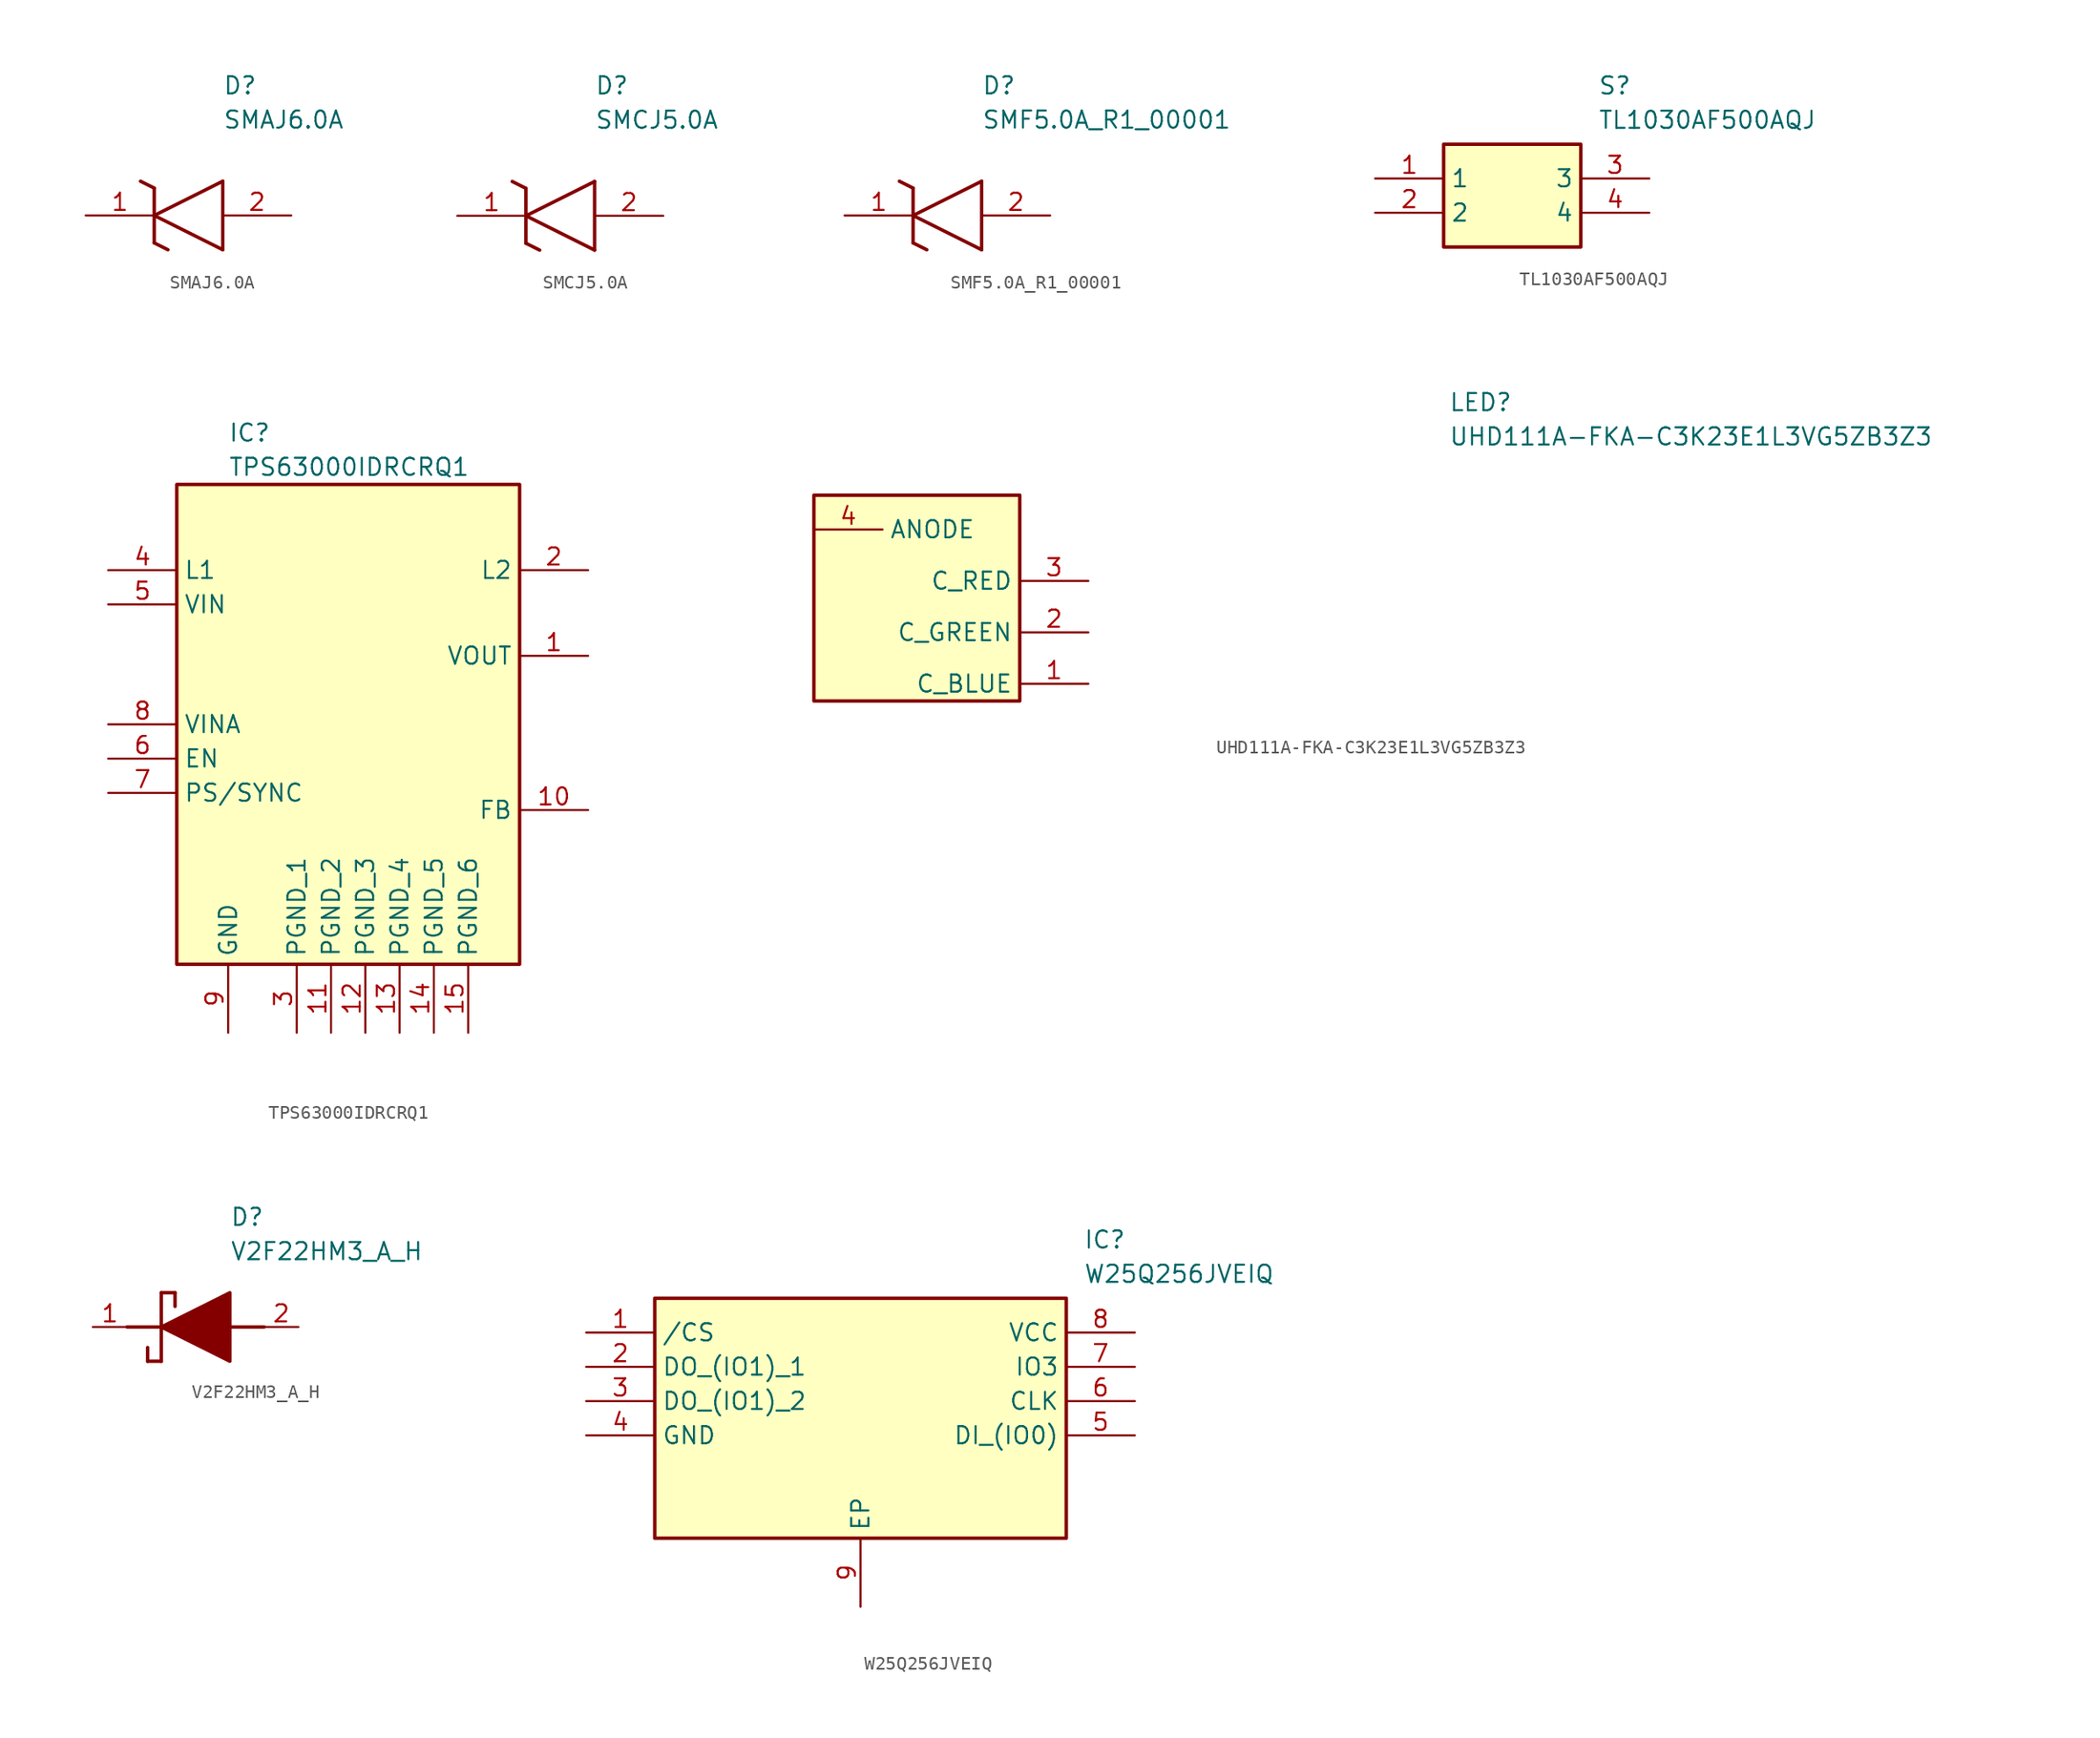
<source format=kicad_sym>
(kicad_symbol_lib
  (version 20241209)
  (generator "kicad_symbol_editor")
  (generator_version "9.0")
  (symbol "SMAJ6.0A"
    (pin_names
      (hide yes))
    (property "Reference" "D"
      (at 10.16 8.89 0)
      (effects (font (size 1.27 1.27)) (justify left bottom)))
    (property "Value" "SMAJ6.0A"
      (at 10.16 6.35 0)
      (effects (font (size 1.27 1.27)) (justify left bottom)))
    (symbol "SMAJ6.0A_1_1"
      (polyline (pts (xy 4.064 2.54) (xy 5.08 2.032)) (stroke (width 0.254) (type default)) (fill (type none)))
      (polyline (pts (xy 5.08 0) (xy 10.16 2.54)) (stroke (width 0.254) (type default)) (fill (type none)))
      (polyline (pts (xy 5.08 -2.032) (xy 5.08 2.032)) (stroke (width 0.254) (type default)) (fill (type none)))
      (polyline (pts (xy 5.08 -2.032) (xy 6.096 -2.54)) (stroke (width 0.254) (type default)) (fill (type none)))
      (polyline (pts (xy 10.16 -2.54) (xy 5.08 0)) (stroke (width 0.254) (type default)) (fill (type none)))
      (polyline (pts (xy 10.16 -2.54) (xy 10.16 2.54)) (stroke (width 0.254) (type default)) (fill (type none)))
      (pin passive line (at 0 0 0) (length 5.08) (name "K" (effects (font (size 1.27 1.27)))) (number "1" (effects (font (size 1.27 1.27)))))
      (pin passive line (at 15.24 0 180) (length 5.08) (name "A" (effects (font (size 1.27 1.27)))) (number "2" (effects (font (size 1.27 1.27)))))))
  (symbol "SMCJ5.0A"
    (pin_names
      (hide yes))
    (property "Reference" "D"
      (at 10.16 8.89 0)
      (effects (font (size 1.27 1.27)) (justify left bottom)))
    (property "Value" "SMCJ5.0A"
      (at 10.16 6.35 0)
      (effects (font (size 1.27 1.27)) (justify left bottom)))
    (symbol "SMCJ5.0A_1_1"
      (polyline (pts (xy 4.064 2.54) (xy 5.08 2.032)) (stroke (width 0.254) (type default)) (fill (type none)))
      (polyline (pts (xy 5.08 0) (xy 10.16 2.54)) (stroke (width 0.254) (type default)) (fill (type none)))
      (polyline (pts (xy 5.08 -2.032) (xy 5.08 2.032)) (stroke (width 0.254) (type default)) (fill (type none)))
      (polyline (pts (xy 5.08 -2.032) (xy 6.096 -2.54)) (stroke (width 0.254) (type default)) (fill (type none)))
      (polyline (pts (xy 10.16 -2.54) (xy 5.08 0)) (stroke (width 0.254) (type default)) (fill (type none)))
      (polyline (pts (xy 10.16 -2.54) (xy 10.16 2.54)) (stroke (width 0.254) (type default)) (fill (type none)))
      (pin passive line (at 0 0 0) (length 5.08) (name "K" (effects (font (size 1.27 1.27)))) (number "1" (effects (font (size 1.27 1.27)))))
      (pin passive line (at 15.24 0 180) (length 5.08) (name "A" (effects (font (size 1.27 1.27)))) (number "2" (effects (font (size 1.27 1.27)))))))
  (symbol "SMF5.0A_R1_00001"
    (pin_names
      (hide yes))
    (property "Reference" "D"
      (at 10.16 8.89 0)
      (effects (font (size 1.27 1.27)) (justify left bottom)))
    (property "Value" "SMF5.0A_R1_00001"
      (at 10.16 6.35 0)
      (effects (font (size 1.27 1.27)) (justify left bottom)))
    (symbol "SMF5.0A_R1_00001_1_1"
      (polyline (pts (xy 4.064 2.54) (xy 5.08 2.032)) (stroke (width 0.254) (type default)) (fill (type none)))
      (polyline (pts (xy 5.08 0) (xy 10.16 2.54)) (stroke (width 0.254) (type default)) (fill (type none)))
      (polyline (pts (xy 5.08 -2.032) (xy 5.08 2.032)) (stroke (width 0.254) (type default)) (fill (type none)))
      (polyline (pts (xy 5.08 -2.032) (xy 6.096 -2.54)) (stroke (width 0.254) (type default)) (fill (type none)))
      (polyline (pts (xy 10.16 -2.54) (xy 5.08 0)) (stroke (width 0.254) (type default)) (fill (type none)))
      (polyline (pts (xy 10.16 -2.54) (xy 10.16 2.54)) (stroke (width 0.254) (type default)) (fill (type none)))
      (pin passive line (at 0 0 0) (length 5.08) (name "K" (effects (font (size 1.27 1.27)))) (number "1" (effects (font (size 1.27 1.27)))))
      (pin passive line (at 15.24 0 180) (length 5.08) (name "A" (effects (font (size 1.27 1.27)))) (number "2" (effects (font (size 1.27 1.27)))))))
  (symbol "TL1030AF500AQJ"
    (property "Reference" "S"
      (at 16.51 7.62 0)
      (effects (font (size 1.27 1.27)) (justify left top)))
    (property "Value" "TL1030AF500AQJ"
      (at 16.51 5.08 0)
      (effects (font (size 1.27 1.27)) (justify left top)))
    (symbol "TL1030AF500AQJ_1_1"
      (rectangle (start 5.08 2.54) (end 15.24 -5.08) (stroke (width 0.254) (type default)) (fill (type background)))
      (pin passive line (at 0 0 0) (length 5.08) (name "1" (effects (font (size 1.27 1.27)))) (number "1" (effects (font (size 1.27 1.27)))))
      (pin passive line (at 0 -2.54 0) (length 5.08) (name "2" (effects (font (size 1.27 1.27)))) (number "2" (effects (font (size 1.27 1.27)))))
      (pin passive line (at 20.32 0 180) (length 5.08) (name "3" (effects (font (size 1.27 1.27)))) (number "3" (effects (font (size 1.27 1.27)))))
      (pin passive line (at 20.32 -2.54 180) (length 5.08) (name "4" (effects (font (size 1.27 1.27)))) (number "4" (effects (font (size 1.27 1.27)))))))
  (symbol "TPS63000IDRCRQ1"
    (property "Reference" "IC"
      (at 8.89 17.272 0)
      (effects (font (size 1.27 1.27)) (justify left top)))
    (property "Value" "TPS63000IDRCRQ1"
      (at 8.89 14.732 0)
      (effects (font (size 1.27 1.27)) (justify left top)))
    (symbol "TPS63000IDRCRQ1_1_1"
      (rectangle (start 5.08 12.7) (end 30.48 -22.86) (stroke (width 0.254) (type default)) (fill (type background)))
      (pin passive line (at 0 6.35 0) (length 5.08) (name "L1" (effects (font (size 1.27 1.27)))) (number "4" (effects (font (size 1.27 1.27)))))
      (pin passive line (at 0 3.81 0) (length 5.08) (name "VIN" (effects (font (size 1.27 1.27)))) (number "5" (effects (font (size 1.27 1.27)))))
      (pin passive line (at 0 -5.08 0) (length 5.08) (name "VINA" (effects (font (size 1.27 1.27)))) (number "8" (effects (font (size 1.27 1.27)))))
      (pin passive line (at 0 -7.62 0) (length 5.08) (name "EN" (effects (font (size 1.27 1.27)))) (number "6" (effects (font (size 1.27 1.27)))))
      (pin passive line (at 0 -10.16 0) (length 5.08) (name "PS/SYNC" (effects (font (size 1.27 1.27)))) (number "7" (effects (font (size 1.27 1.27)))))
      (pin passive line (at 8.89 -27.94 90) (length 5.08) (name "GND" (effects (font (size 1.27 1.27)))) (number "9" (effects (font (size 1.27 1.27)))))
      (pin passive line (at 13.97 -27.94 90) (length 5.08) (name "PGND_1" (effects (font (size 1.27 1.27)))) (number "3" (effects (font (size 1.27 1.27)))))
      (pin passive line (at 16.51 -27.94 90) (length 5.08) (name "PGND_2" (effects (font (size 1.27 1.27)))) (number "11" (effects (font (size 1.27 1.27)))))
      (pin passive line (at 19.05 -27.94 90) (length 5.08) (name "PGND_3" (effects (font (size 1.27 1.27)))) (number "12" (effects (font (size 1.27 1.27)))))
      (pin passive line (at 21.59 -27.94 90) (length 5.08) (name "PGND_4" (effects (font (size 1.27 1.27)))) (number "13" (effects (font (size 1.27 1.27)))))
      (pin passive line (at 24.13 -27.94 90) (length 5.08) (name "PGND_5" (effects (font (size 1.27 1.27)))) (number "14" (effects (font (size 1.27 1.27)))))
      (pin passive line (at 26.67 -27.94 90) (length 5.08) (name "PGND_6" (effects (font (size 1.27 1.27)))) (number "15" (effects (font (size 1.27 1.27)))))
      (pin passive line (at 35.56 6.35 180) (length 5.08) (name "L2" (effects (font (size 1.27 1.27)))) (number "2" (effects (font (size 1.27 1.27)))))
      (pin passive line (at 35.56 0 180) (length 5.08) (name "VOUT" (effects (font (size 1.27 1.27)))) (number "1" (effects (font (size 1.27 1.27)))))
      (pin passive line (at 35.56 -11.43 180) (length 5.08) (name "FB" (effects (font (size 1.27 1.27)))) (number "10" (effects (font (size 1.27 1.27)))))))
  (symbol "UHD111A-FKA-C3K23E1L3VG5ZB3Z3"
    (property "Reference" "LED"
      (at 46.99 7.62 0)
      (effects (font (size 1.27 1.27)) (justify left top)))
    (property "Value" "UHD111A-FKA-C3K23E1L3VG5ZB3Z3"
      (at 46.99 5.08 0)
      (effects (font (size 1.27 1.27)) (justify left top)))
    (symbol "UHD111A-FKA-C3K23E1L3VG5ZB3Z3_1_1"
      (rectangle (start 0 0) (end 15.24 -15.24) (stroke (width 0.254) (type default)) (fill (type background)))
      (pin passive line (at 0 -2.54 0) (length 5.08) (name "ANODE" (effects (font (size 1.27 1.27)))) (number "4" (effects (font (size 1.27 1.27)))))
      (pin passive line (at 20.32 -6.35 180) (length 5.08) (name "C_RED" (effects (font (size 1.27 1.27)))) (number "3" (effects (font (size 1.27 1.27)))))
      (pin passive line (at 20.32 -10.16 180) (length 5.08) (name "C_GREEN" (effects (font (size 1.27 1.27)))) (number "2" (effects (font (size 1.27 1.27)))))
      (pin passive line (at 20.32 -13.97 180) (length 5.08) (name "C_BLUE" (effects (font (size 1.27 1.27)))) (number "1" (effects (font (size 1.27 1.27)))))))
  (symbol "V2F22HM3_A_H"
    (pin_names
      (hide yes))
    (property "Reference" "D"
      (at 12.7 8.89 0)
      (effects (font (size 1.27 1.27)) (justify left top)))
    (property "Value" "V2F22HM3_A_H"
      (at 12.7 6.35 0)
      (effects (font (size 1.27 1.27)) (justify left top)))
    (symbol "V2F22HM3_A_H_1_1"
      (polyline (pts (xy 5.08 0) (xy 7.62 0)) (stroke (width 0.254) (type default)) (fill (type none)))
      (polyline (pts (xy 6.604 -1.524) (xy 6.604 -2.54)) (stroke (width 0.254) (type default)) (fill (type none)))
      (polyline (pts (xy 7.62 2.54) (xy 7.62 -2.54)) (stroke (width 0.254) (type default)) (fill (type none)))
      (polyline (pts (xy 7.62 2.54) (xy 8.636 2.54)) (stroke (width 0.254) (type default)) (fill (type none)))
      (polyline (pts (xy 7.62 0) (xy 12.7 2.54) (xy 12.7 -2.54) (xy 7.62 0)) (stroke (width 0.254) (type default)) (fill (type outline)))
      (polyline (pts (xy 7.62 -2.54) (xy 6.604 -2.54)) (stroke (width 0.254) (type default)) (fill (type none)))
      (polyline (pts (xy 8.636 1.524) (xy 8.636 2.54)) (stroke (width 0.254) (type default)) (fill (type none)))
      (polyline (pts (xy 12.7 0) (xy 15.24 0)) (stroke (width 0.254) (type default)) (fill (type none)))
      (pin passive line (at 2.54 0 0) (length 2.54) (name "K" (effects (font (size 1.27 1.27)))) (number "1" (effects (font (size 1.27 1.27)))))
      (pin passive line (at 17.78 0 180) (length 2.54) (name "A" (effects (font (size 1.27 1.27)))) (number "2" (effects (font (size 1.27 1.27)))))))
  (symbol "W25Q256JVEIQ"
    (property "Reference" "IC"
      (at 36.83 7.62 0)
      (effects (font (size 1.27 1.27)) (justify left top)))
    (property "Value" "W25Q256JVEIQ"
      (at 36.83 5.08 0)
      (effects (font (size 1.27 1.27)) (justify left top)))
    (symbol "W25Q256JVEIQ_1_1"
      (rectangle (start 5.08 2.54) (end 35.56 -15.24) (stroke (width 0.254) (type default)) (fill (type background)))
      (pin passive line (at 0 0 0) (length 5.08) (name "/CS" (effects (font (size 1.27 1.27)))) (number "1" (effects (font (size 1.27 1.27)))))
      (pin passive line (at 0 -2.54 0) (length 5.08) (name "DO_(IO1)_1" (effects (font (size 1.27 1.27)))) (number "2" (effects (font (size 1.27 1.27)))))
      (pin passive line (at 0 -5.08 0) (length 5.08) (name "DO_(IO1)_2" (effects (font (size 1.27 1.27)))) (number "3" (effects (font (size 1.27 1.27)))))
      (pin passive line (at 0 -7.62 0) (length 5.08) (name "GND" (effects (font (size 1.27 1.27)))) (number "4" (effects (font (size 1.27 1.27)))))
      (pin passive line (at 20.32 -20.32 90) (length 5.08) (name "EP" (effects (font (size 1.27 1.27)))) (number "9" (effects (font (size 1.27 1.27)))))
      (pin passive line (at 40.64 0 180) (length 5.08) (name "VCC" (effects (font (size 1.27 1.27)))) (number "8" (effects (font (size 1.27 1.27)))))
      (pin passive line (at 40.64 -2.54 180) (length 5.08) (name "IO3" (effects (font (size 1.27 1.27)))) (number "7" (effects (font (size 1.27 1.27)))))
      (pin passive line (at 40.64 -5.08 180) (length 5.08) (name "CLK" (effects (font (size 1.27 1.27)))) (number "6" (effects (font (size 1.27 1.27)))))
      (pin passive line (at 40.64 -7.62 180) (length 5.08) (name "DI_(IO0)" (effects (font (size 1.27 1.27)))) (number "5" (effects (font (size 1.27 1.27))))))))
</source>
